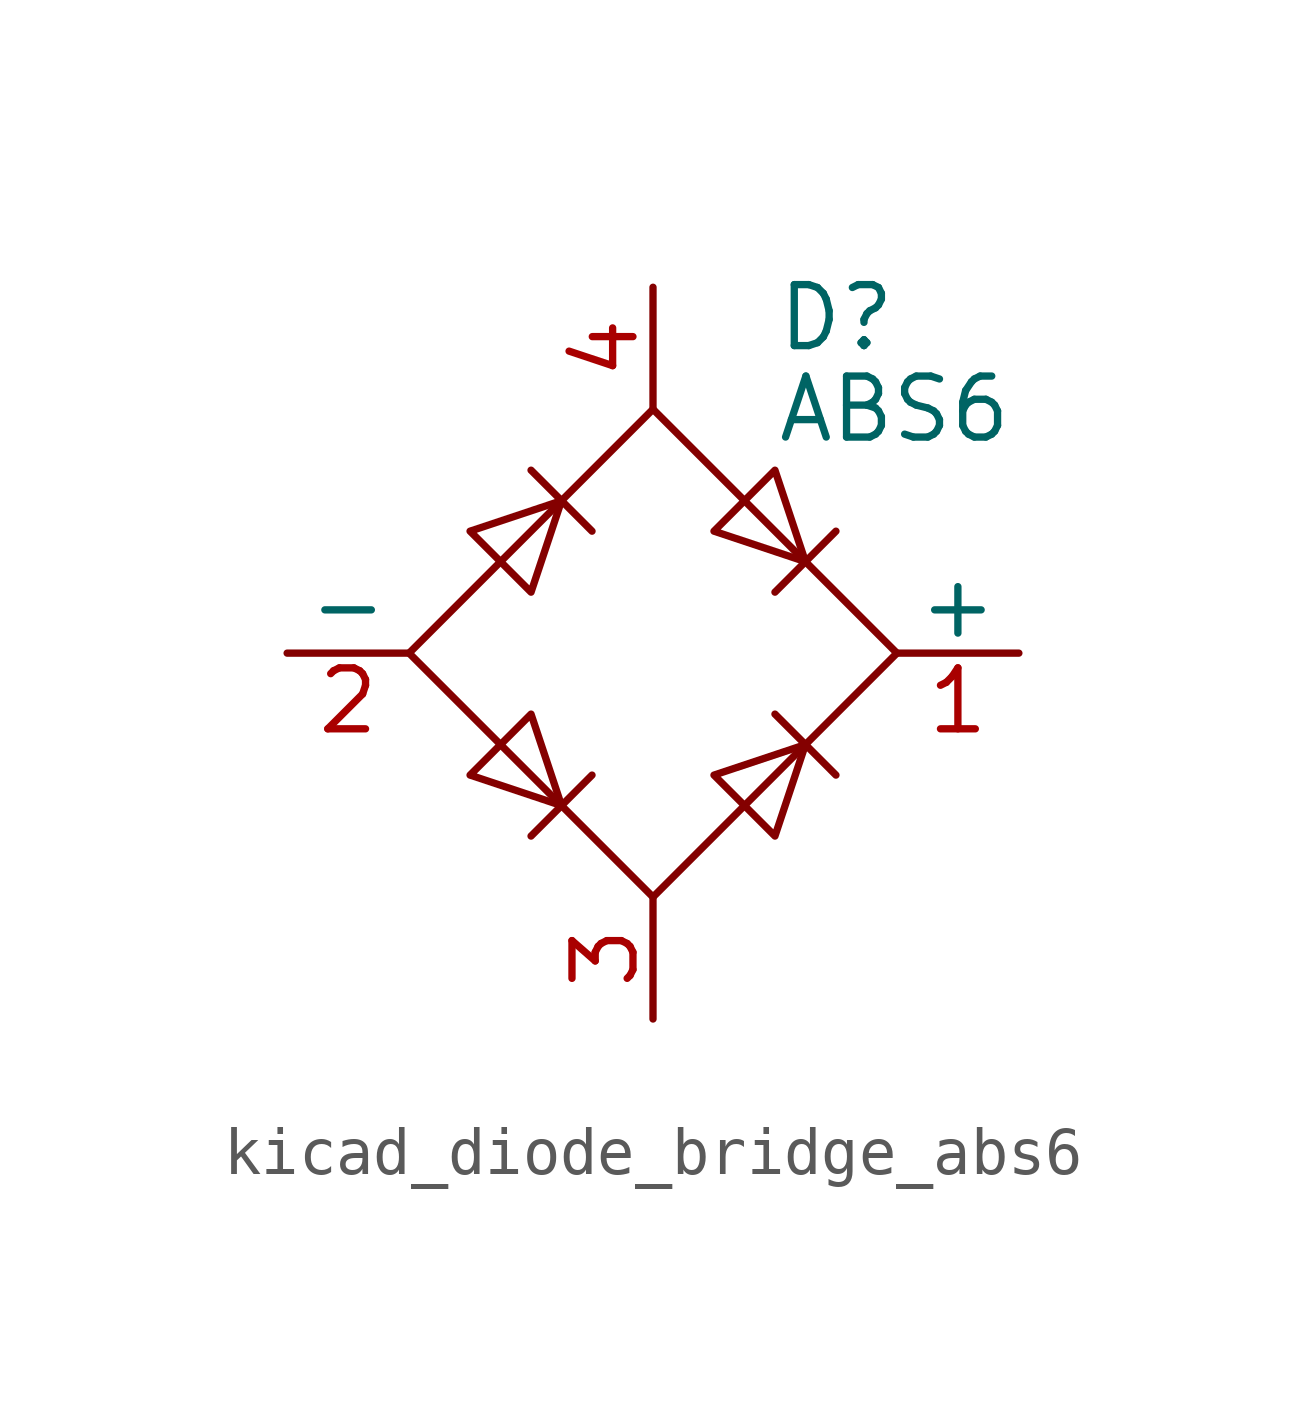
<source format=kicad_sym>
(kicad_symbol_lib
  (version 20220914)
  (generator kicad_symbol_editor)
  (symbol "kicad_diode_bridge_abs6"
    (pin_names
      (offset 0))
    (property "Reference" "D"
      (at 2.54 6.985 0)
      (effects (font (size 1.27 1.27)) (justify left)))
    (property "Value" "ABS6"
      (at 2.54 5.08 0)
      (effects (font (size 1.27 1.27)) (justify left)))
    (symbol "kicad_diode_bridge_abs6_0_1"
      (polyline (pts (xy -2.54 3.81) (xy -1.27 2.54)) (stroke (width 0) (type default)) (fill (type none)))
      (polyline (pts (xy -1.27 -2.54) (xy -2.54 -3.81)) (stroke (width 0) (type default)) (fill (type none)))
      (polyline (pts (xy 2.54 -1.27) (xy 3.81 -2.54)) (stroke (width 0) (type default)) (fill (type none)))
      (polyline (pts (xy 2.54 1.27) (xy 3.81 2.54)) (stroke (width 0) (type default)) (fill (type none)))
      (polyline (pts (xy -3.81 2.54) (xy -2.54 1.27) (xy -1.905 3.175) (xy -3.81 2.54)) (stroke (width 0) (type default)) (fill (type none)))
      (polyline (pts (xy -2.54 -1.27) (xy -3.81 -2.54) (xy -1.905 -3.175) (xy -2.54 -1.27)) (stroke (width 0) (type default)) (fill (type none)))
      (polyline (pts (xy 1.27 2.54) (xy 2.54 3.81) (xy 3.175 1.905) (xy 1.27 2.54)) (stroke (width 0) (type default)) (fill (type none)))
      (polyline (pts (xy 3.175 -1.905) (xy 1.27 -2.54) (xy 2.54 -3.81) (xy 3.175 -1.905)) (stroke (width 0) (type default)) (fill (type none)))
      (polyline (pts (xy -5.08 0) (xy 0 -5.08) (xy 5.08 0) (xy 0 5.08) (xy -5.08 0)) (stroke (width 0) (type default)) (fill (type none))))
    (symbol "kicad_diode_bridge_abs6_1_1"
      (pin passive line (at 7.62 0 180) (length 2.54) (name "+" (effects (font (size 1.27 1.27)))) (number "1" (effects (font (size 1.27 1.27)))))
      (pin passive line (at -7.62 0 0) (length 2.54) (name "-" (effects (font (size 1.27 1.27)))) (number "2" (effects (font (size 1.27 1.27)))))
      (pin passive line (at 0 -7.62 90) (length 2.54) (name "~" (effects (font (size 1.27 1.27)))) (number "3" (effects (font (size 1.27 1.27)))))
      (pin passive line (at 0 7.62 270) (length 2.54) (name "~" (effects (font (size 1.27 1.27)))) (number "4" (effects (font (size 1.27 1.27))))))))
</source>
